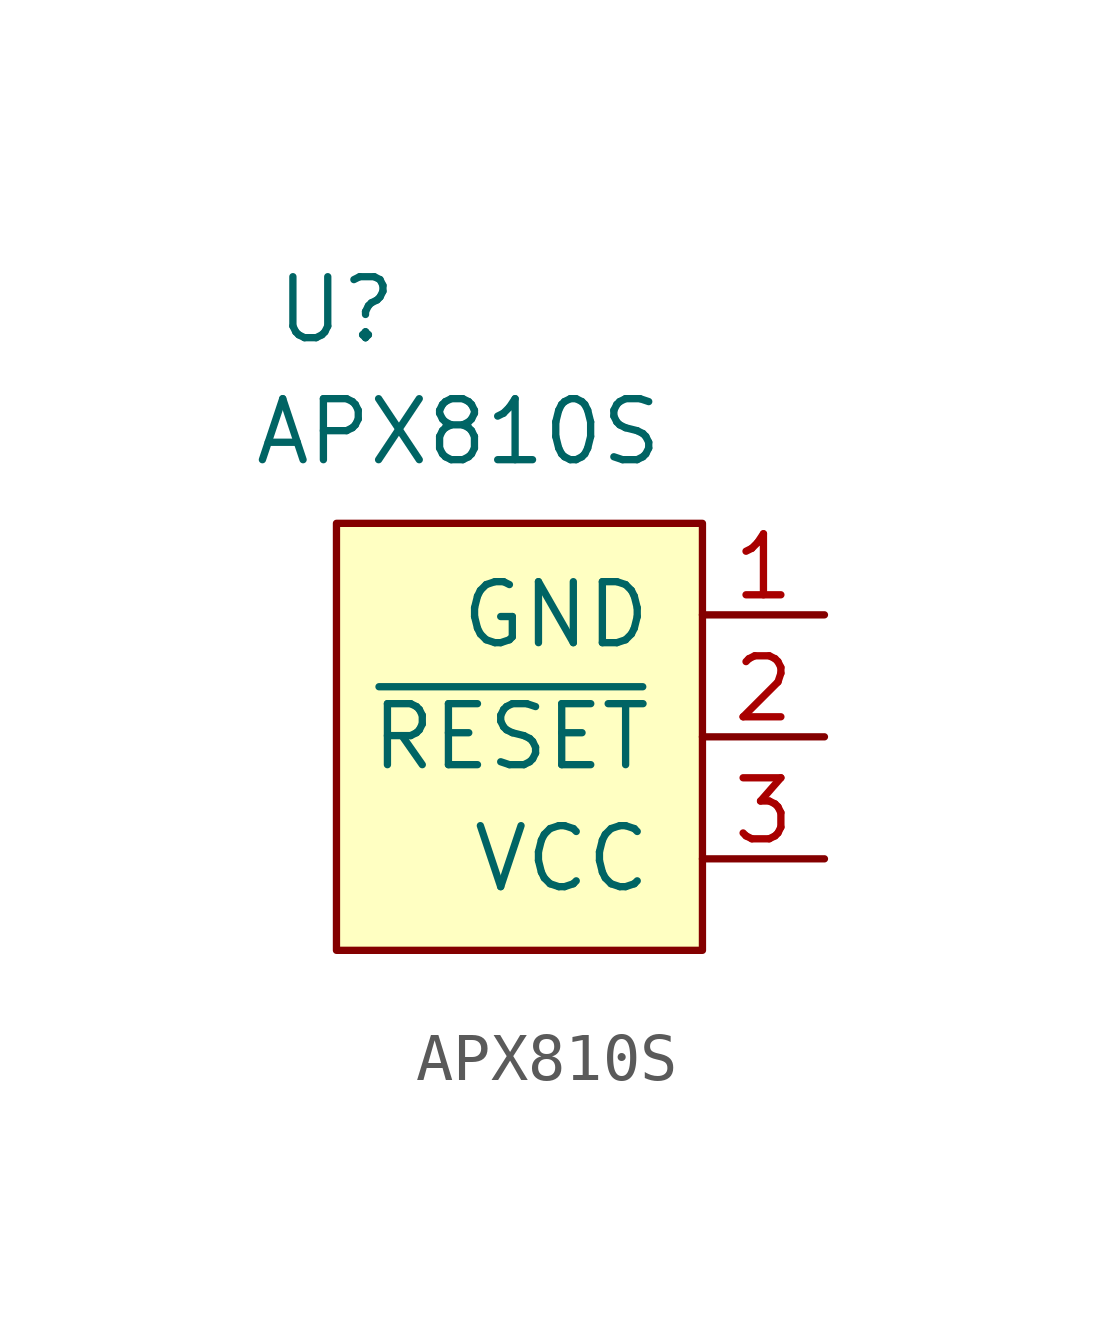
<source format=kicad_sym>
(kicad_symbol_lib
  (version 20211014)
  (generator kicad_symbol_editor)
  (symbol "APX810S"
    (pin_names
      (offset 1.016))
    (property "Reference" "U"
      (at -5.08 8.89 0)
      (effects (font (size 1.27 1.27))))
    (property "Value" "APX810S"
      (at -2.54 6.35 0)
      (effects (font (size 1.27 1.27))))
    (symbol "APX810S_0_1"
      (rectangle (start 2.54 4.445) (end -5.08 -4.445) (stroke (width 0) (type default) (color 0 0 0 0)) (fill (type background))))
    (symbol "APX810S_1_1"
      (pin input line (at 5.08 2.54 180) (length 2.54) (name "GND" (effects (font (size 1.27 1.27)))) (number "1" (effects (font (size 1.27 1.27)))))
      (pin input line (at 5.08 0 180) (length 2.54) (name "~{RESET}" (effects (font (size 1.27 1.27)))) (number "2" (effects (font (size 1.27 1.27)))))
      (pin input line (at 5.08 -2.54 180) (length 2.54) (name "VCC" (effects (font (size 1.27 1.27)))) (number "3" (effects (font (size 1.27 1.27))))))))
</source>
